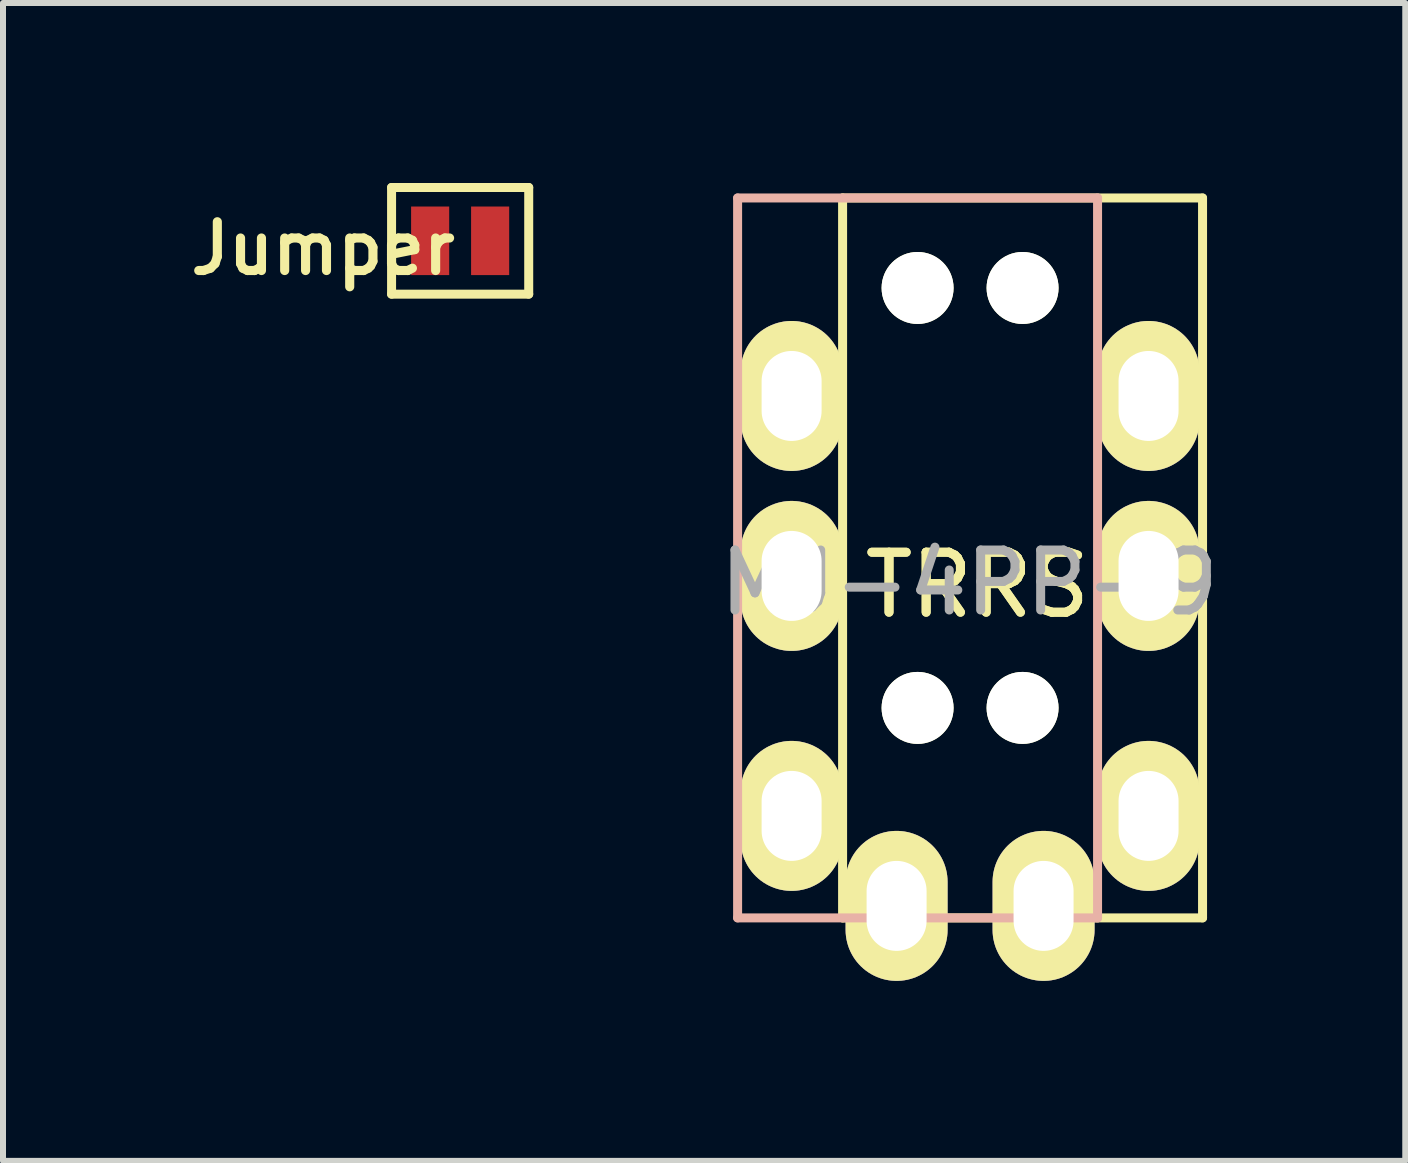
<source format=kicad_pcb>
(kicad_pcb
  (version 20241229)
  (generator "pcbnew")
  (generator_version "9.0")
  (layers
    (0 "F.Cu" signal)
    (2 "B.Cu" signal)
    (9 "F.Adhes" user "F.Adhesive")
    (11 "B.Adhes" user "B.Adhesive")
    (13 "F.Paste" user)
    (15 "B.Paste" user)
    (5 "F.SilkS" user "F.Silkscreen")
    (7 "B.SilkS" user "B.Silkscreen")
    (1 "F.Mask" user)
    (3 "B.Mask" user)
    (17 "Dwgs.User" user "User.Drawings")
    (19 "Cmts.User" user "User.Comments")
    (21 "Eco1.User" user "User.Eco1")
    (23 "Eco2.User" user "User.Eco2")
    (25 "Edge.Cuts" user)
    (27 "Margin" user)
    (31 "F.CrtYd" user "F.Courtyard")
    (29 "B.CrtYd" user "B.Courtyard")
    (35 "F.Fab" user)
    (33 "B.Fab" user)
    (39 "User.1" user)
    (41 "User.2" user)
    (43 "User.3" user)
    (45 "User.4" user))
  (footprint "Jumper"
    (layer "F.Cu")
    (at 4.62 0.964)
    (property "Reference" "Jumper" (at -2.286 0.127 0) (layer "F.SilkS") (effects (font (size 0.813 0.813) (thickness 0.152))))
    (attr smd)
    (fp_line (start -1.143 -0.889) (end 1.143 -0.889) (stroke (width 0.15) (type solid)) (layer "F.SilkS"))
    (fp_line (start -1.143 0.889) (end -1.143 -0.889) (stroke (width 0.15) (type solid)) (layer "F.SilkS"))
    (fp_line (start 1.143 -0.889) (end 1.143 0.889) (stroke (width 0.15) (type solid)) (layer "F.SilkS"))
    (fp_line (start 1.143 0.889) (end -1.143 0.889) (stroke (width 0.15) (type solid)) (layer "F.SilkS"))
    (pad "1" smd rect (at -0.5 0) (size 0.635 1.143) (layers "F.Cu" "F.Mask" "F.Paste"))
    (pad "2" smd rect (at 0.5 0) (size 0.635 1.143) (layers "F.Cu" "F.Mask" "F.Paste")))
  (footprint "MJ-4PP-9"
    (layer "F.Cu")
    (at 13.995 0.25)
    (property "Reference" "MJ-4PP-9" (at -0.889 6.413 180) (layer "F.Fab") (effects (font (size 1 1) (thickness 0.15))))
    (attr through_hole)
    (fp_line (start -3 0) (end 3 0) (stroke (width 0.15) (type solid)) (layer "F.SilkS"))
    (fp_line (start -3 12) (end -3 0) (stroke (width 0.15) (type solid)) (layer "F.SilkS"))
    (fp_line (start 3 0) (end 3 12) (stroke (width 0.15) (type solid)) (layer "F.SilkS"))
    (fp_line (start 3 12) (end -3 12) (stroke (width 0.15) (type solid)) (layer "F.SilkS"))
    (fp_line (start -4.75 0) (end 1.25 0) (stroke (width 0.15) (type solid)) (layer "B.SilkS"))
    (fp_line (start -4.75 12) (end -4.75 0) (stroke (width 0.15) (type solid)) (layer "B.SilkS"))
    (fp_line (start 1.25 0) (end 1.25 12) (stroke (width 0.15) (type solid)) (layer "B.SilkS"))
    (fp_line (start 1.25 12) (end -4.75 12) (stroke (width 0.15) (type solid)) (layer "B.SilkS"))
    (fp_text user "TRRS" (at -0.75 6.45 180) (layer "F.SilkS") (effects (font (size 1 1) (thickness 0.15))))
    (fp_text user "TRRS" (at -0.75 6.45 180) (layer "F.SilkS") (effects (font (size 1 1) (thickness 0.15))))
    (pad "" np_thru_hole circle (at -1.75 1.5) (size 1.2 1.2) (drill 1.2) (layers "*.Cu" "*.Mask" "F.SilkS"))
    (pad "" np_thru_hole circle (at -1.75 8.5) (size 1.2 1.2) (drill 1.2) (layers "*.Cu" "*.Mask" "F.SilkS"))
    (pad "" np_thru_hole circle (at 0 1.5) (size 1.2 1.2) (drill 1.2) (layers "*.Cu" "*.Mask" "F.SilkS"))
    (pad "" np_thru_hole circle (at 0 8.5) (size 1.2 1.2) (drill 1.2) (layers "*.Cu" "*.Mask" "F.SilkS"))
    (pad "1" thru_hole oval (at -3.85 10.3) (size 1.7 2.5) (drill oval 1 1.5) (layers "*.Cu" "*.Mask" "F.SilkS"))
    (pad "1" thru_hole oval (at 2.1 10.3) (size 1.7 2.5) (drill oval 1 1.5) (layers "*.Cu" "*.Mask" "F.SilkS"))
    (pad "2" thru_hole oval (at -3.85 6.3) (size 1.7 2.5) (drill oval 1 1.5) (layers "*.Cu" "*.Mask" "F.SilkS"))
    (pad "2" thru_hole oval (at 2.1 6.3) (size 1.7 2.5) (drill oval 1 1.5) (layers "*.Cu" "*.Mask" "F.SilkS"))
    (pad "3" thru_hole oval (at -3.85 3.3) (size 1.7 2.5) (drill oval 1 1.5) (layers "*.Cu" "*.Mask" "F.SilkS"))
    (pad "3" thru_hole oval (at 2.1 3.3) (size 1.7 2.5) (drill oval 1 1.5) (layers "*.Cu" "*.Mask" "F.SilkS"))
    (pad "4" thru_hole oval (at -2.1 11.8) (size 1.7 2.5) (drill oval 1 1.5) (layers "*.Cu" "*.Mask" "F.SilkS"))
    (pad "4" thru_hole oval (at 0.35 11.8) (size 1.7 2.5) (drill oval 1 1.5) (layers "*.Cu" "*.Mask" "F.SilkS")))
  (gr_rect
    (start -3 -3)
    (end 20.374 16.3)
    (stroke (width 0.1) (type default))
    (fill no)
    (layer "Edge.Cuts")))
</source>
